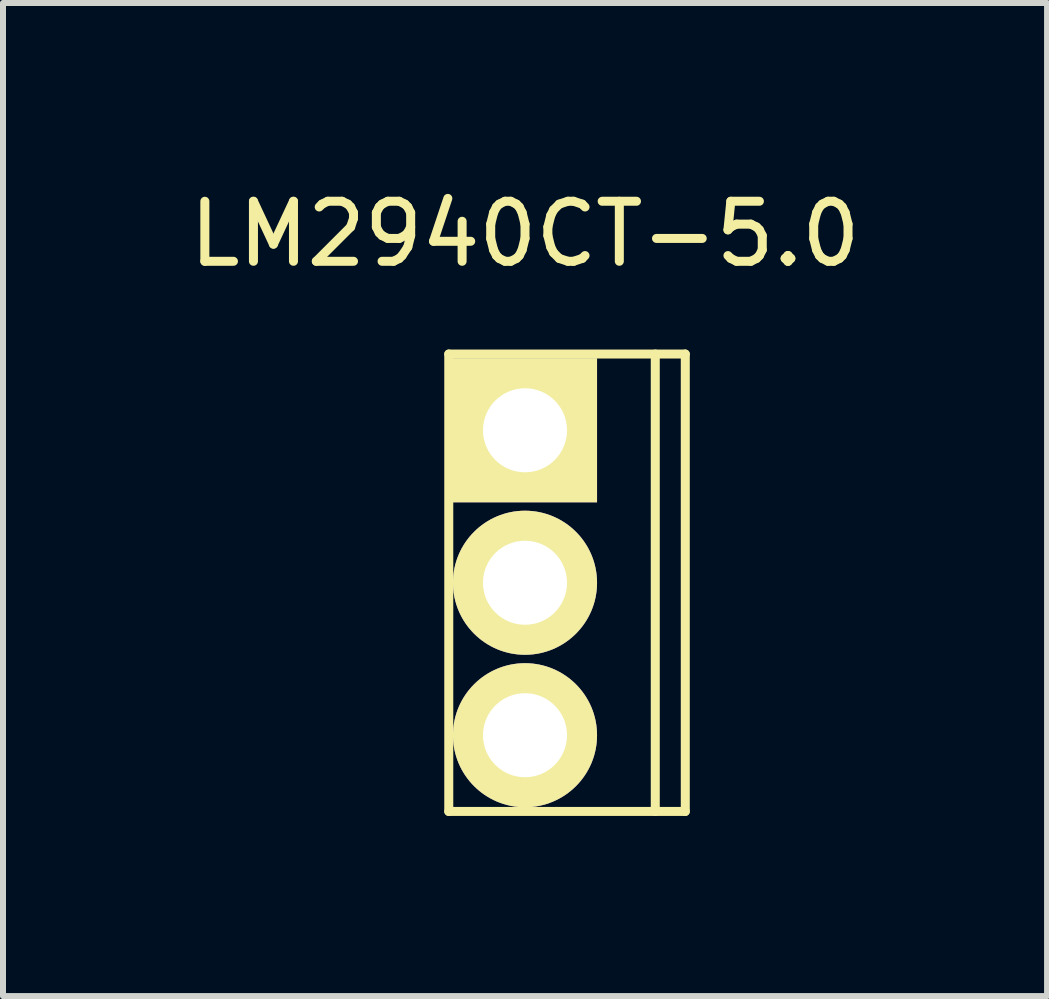
<source format=kicad_pcb>
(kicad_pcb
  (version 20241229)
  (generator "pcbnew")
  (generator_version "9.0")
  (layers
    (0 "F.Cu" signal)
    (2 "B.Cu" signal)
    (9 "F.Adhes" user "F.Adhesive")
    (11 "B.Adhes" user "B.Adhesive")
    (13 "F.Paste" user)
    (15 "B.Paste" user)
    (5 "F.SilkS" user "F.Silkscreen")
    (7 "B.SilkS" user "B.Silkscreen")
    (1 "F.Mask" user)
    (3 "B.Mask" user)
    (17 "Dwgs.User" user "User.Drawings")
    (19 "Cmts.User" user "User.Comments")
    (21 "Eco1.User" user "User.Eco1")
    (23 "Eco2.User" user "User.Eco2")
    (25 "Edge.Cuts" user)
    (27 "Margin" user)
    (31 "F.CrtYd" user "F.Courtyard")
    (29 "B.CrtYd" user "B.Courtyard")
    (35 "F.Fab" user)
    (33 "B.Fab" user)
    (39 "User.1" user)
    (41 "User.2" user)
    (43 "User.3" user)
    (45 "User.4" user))
  (footprint "LM2940CT-5.0"
    (layer "F.Cu")
    (at 5.696 4.118)
    (property "Reference" "LM2940CT-5.0" (at 0 -3.27 0) (layer "F.SilkS") (effects (font (size 1 1) (thickness 0.15))))
    (attr through_hole)
    (fp_line (start -1.27 -1.27) (end -1.27 6.35) (stroke (width 0.15) (type solid)) (layer "F.SilkS"))
    (fp_line (start -1.27 -1.27) (end 2.67 -1.27) (stroke (width 0.15) (type solid)) (layer "F.SilkS"))
    (fp_line (start -1.27 6.35) (end 2.67 6.35) (stroke (width 0.15) (type solid)) (layer "F.SilkS"))
    (fp_line (start 2.17 -1.27) (end 2.17 6.35) (stroke (width 0.15) (type solid)) (layer "F.SilkS"))
    (fp_line (start 2.67 -1.27) (end 2.67 6.35) (stroke (width 0.15) (type solid)) (layer "F.SilkS"))
    (pad "1" thru_hole rect (at 0 0) (size 2.4 2.4) (drill 1.4) (layers "*.Cu" "*.Mask" "F.SilkS"))
    (pad "2" thru_hole circle (at 0 2.54) (size 2.4 2.4) (drill 1.4) (layers "*.Cu" "*.Mask" "F.SilkS"))
    (pad "3" thru_hole circle (at 0 5.08) (size 2.4 2.4) (drill 1.4) (layers "*.Cu" "*.Mask" "F.SilkS")))
  (gr_rect
    (start -3 -3)
    (end 14.393 13.543)
    (stroke (width 0.1) (type default))
    (fill no)
    (layer "Edge.Cuts")))
</source>
